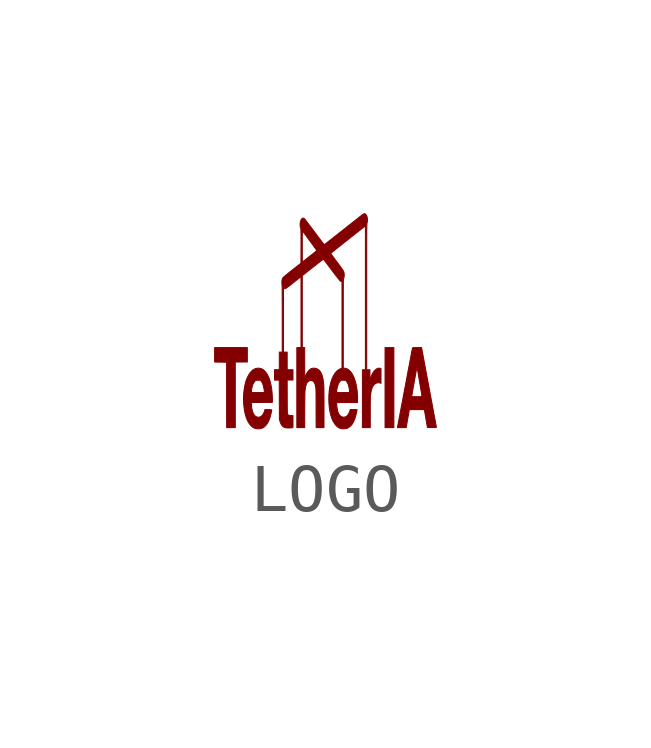
<source format=kicad_sym>
(kicad_symbol_lib
  (version 20220914)
  (generator "bitmap2component")
  (generator_version "9.0")
  (symbol "LOGO"
    (pin_names
      (offset 1.016))
    (property "Reference" "#G"
      (at 0 1.865 0)
      (effects (font (size 1.27 1.27)) hide))
    (symbol "LOGO_0_0"
      (polyline (pts (xy -1.352 -2.202) (xy -1.327 -2.199) (xy -1.304 -2.193) (xy -1.287 -2.186) (xy -1.263 -2.171) (xy -1.225 -2.138) (xy -1.192 -2.095) (xy -1.163 -2.042) (xy -1.139 -1.982) (xy -1.132 -1.961) (xy -1.125 -1.933) (xy -1.117 -1.902) (xy -1.109 -1.872) (xy -1.103 -1.845) (xy -1.099 -1.823) (xy -1.098 -1.81) (xy -1.098 -1.81) (xy -1.103 -1.808) (xy -1.114 -1.806) (xy -1.129 -1.805) (xy -1.148 -1.804) (xy -1.169 -1.804) (xy -1.241 -1.804) (xy -1.245 -1.825) (xy -1.25 -1.84) (xy -1.26 -1.865) (xy -1.273 -1.89) (xy -1.288 -1.913) (xy -1.303 -1.931) (xy -1.321 -1.945) (xy -1.348 -1.959) (xy -1.377 -1.963) (xy -1.405 -1.958) (xy -1.432 -1.946) (xy -1.456 -1.925) (xy -1.476 -1.897) (xy -1.492 -1.862) (xy -1.503 -1.828) (xy -1.511 -1.79) (xy -1.517 -1.744) (xy -1.521 -1.689) (xy -1.523 -1.657) (xy -1.305 -1.655) (xy -1.086 -1.654) (xy -1.085 -1.617) (xy -1.085 -1.61) (xy -1.085 -1.57) (xy -1.087 -1.522) (xy -1.09 -1.471) (xy -1.095 -1.422) (xy -1.099 -1.378) (xy -1.114 -1.29) (xy -1.134 -1.21) (xy -1.158 -1.14) (xy -1.187 -1.078) (xy -1.221 -1.027) (xy -1.258 -0.986) (xy -1.279 -0.97) (xy -1.314 -0.952) (xy -1.352 -0.942) (xy -1.392 -0.941) (xy -1.431 -0.948) (xy -1.468 -0.963) (xy -1.503 -0.987) (xy -1.51 -0.993) (xy -1.544 -1.031) (xy -1.577 -1.078) (xy -1.606 -1.132) (xy -1.63 -1.191) (xy -1.644 -1.236) (xy -1.662 -1.315) (xy -1.676 -1.4) (xy -1.679 -1.433) (xy -1.521 -1.433) (xy -1.52 -1.414) (xy -1.518 -1.39) (xy -1.517 -1.381) (xy -1.506 -1.325) (xy -1.49 -1.278) (xy -1.469 -1.238) (xy -1.443 -1.206) (xy -1.442 -1.206) (xy -1.435 -1.2) (xy -1.427 -1.196) (xy -1.417 -1.194) (xy -1.403 -1.192) (xy -1.384 -1.192) (xy -1.369 -1.192) (xy -1.355 -1.192) (xy -1.345 -1.194) (xy -1.337 -1.197) (xy -1.33 -1.203) (xy -1.321 -1.21) (xy -1.315 -1.217) (xy -1.299 -1.24) (xy -1.285 -1.272) (xy -1.272 -1.314) (xy -1.269 -1.33) (xy -1.262 -1.36) (xy -1.257 -1.391) (xy -1.253 -1.418) (xy -1.252 -1.437) (xy -1.252 -1.438) (xy -1.252 -1.441) (xy -1.254 -1.444) (xy -1.258 -1.445) (xy -1.264 -1.447) (xy -1.273 -1.448) (xy -1.286 -1.448) (xy -1.303 -1.449) (xy -1.325 -1.449) (xy -1.352 -1.449) (xy -1.385 -1.449) (xy -1.415 -1.449) (xy -1.445 -1.449) (xy -1.471 -1.448) (xy -1.492 -1.447) (xy -1.507 -1.446) (xy -1.517 -1.445) (xy -1.521 -1.443) (xy -1.521 -1.443) (xy -1.521 -1.433) (xy -1.679 -1.433) (xy -1.684 -1.489) (xy -1.687 -1.581) (xy -1.684 -1.672) (xy -1.675 -1.763) (xy -1.661 -1.85) (xy -1.649 -1.904) (xy -1.627 -1.978) (xy -1.599 -2.042) (xy -1.568 -2.095) (xy -1.532 -2.139) (xy -1.492 -2.173) (xy -1.448 -2.196) (xy -1.446 -2.197) (xy -1.427 -2.201) (xy -1.404 -2.204) (xy -1.379 -2.204) (xy -1.352 -2.202)) (stroke (width 0.01) (type default)) (fill (type outline)))
      (polyline (pts (xy 0.425 -2.202) (xy 0.45 -2.198) (xy 0.473 -2.193) (xy 0.49 -2.186) (xy 0.5 -2.18) (xy 0.539 -2.151) (xy 0.574 -2.111) (xy 0.605 -2.061) (xy 0.631 -2.001) (xy 0.652 -1.931) (xy 0.657 -1.912) (xy 0.663 -1.886) (xy 0.669 -1.859) (xy 0.674 -1.834) (xy 0.678 -1.816) (xy 0.679 -1.806) (xy 0.679 -1.806) (xy 0.673 -1.805) (xy 0.662 -1.805) (xy 0.647 -1.804) (xy 0.629 -1.804) (xy 0.608 -1.804) (xy 0.536 -1.804) (xy 0.529 -1.83) (xy 0.527 -1.837) (xy 0.517 -1.863) (xy 0.503 -1.891) (xy 0.486 -1.915) (xy 0.47 -1.934) (xy 0.46 -1.943) (xy 0.433 -1.957) (xy 0.405 -1.962) (xy 0.377 -1.959) (xy 0.357 -1.952) (xy 0.33 -1.934) (xy 0.307 -1.909) (xy 0.289 -1.875) (xy 0.275 -1.833) (xy 0.27 -1.81) (xy 0.264 -1.775) (xy 0.259 -1.738) (xy 0.256 -1.702) (xy 0.254 -1.674) (xy 0.254 -1.657) (xy 0.471 -1.657) (xy 0.689 -1.657) (xy 0.69 -1.622) (xy 0.69 -1.597) (xy 0.69 -1.546) (xy 0.687 -1.491) (xy 0.683 -1.436) (xy 0.678 -1.388) (xy 0.67 -1.337) (xy 0.654 -1.254) (xy 0.632 -1.179) (xy 0.606 -1.114) (xy 0.577 -1.057) (xy 0.543 -1.011) (xy 0.506 -0.977) (xy 0.5 -0.972) (xy 0.471 -0.955) (xy 0.441 -0.945) (xy 0.413 -0.941) (xy 0.392 -0.941) (xy 0.392 -0.017) (xy 0.392 0.101) (xy 0.392 0.241) (xy 0.392 0.368) (xy 0.392 0.481) (xy 0.392 0.581) (xy 0.392 0.668) (xy 0.393 0.742) (xy 0.393 0.802) (xy 0.393 0.849) (xy 0.394 0.883) (xy 0.394 0.903) (xy 0.395 0.911) (xy 0.396 0.912) (xy 0.402 0.927) (xy 0.406 0.949) (xy 0.41 0.974) (xy 0.412 0.997) (xy 0.41 1.027) (xy 0.405 1.058) (xy 0.394 1.086) (xy 0.391 1.091) (xy 0.382 1.104) (xy 0.369 1.123) (xy 0.352 1.147) (xy 0.332 1.175) (xy 0.309 1.207) (xy 0.284 1.24) (xy 0.257 1.276) (xy 0.235 1.305) (xy 0.211 1.338) (xy 0.189 1.368) (xy 0.169 1.395) (xy 0.153 1.417) (xy 0.141 1.434) (xy 0.133 1.445) (xy 0.131 1.45) (xy 0.131 1.45) (xy 0.136 1.454) (xy 0.146 1.464) (xy 0.162 1.477) (xy 0.183 1.494) (xy 0.209 1.514) (xy 0.238 1.538) (xy 0.272 1.565) (xy 0.308 1.594) (xy 0.348 1.625) (xy 0.39 1.659) (xy 0.435 1.694) (xy 0.481 1.73) (xy 0.494 1.741) (xy 0.54 1.777) (xy 0.584 1.812) (xy 0.626 1.845) (xy 0.666 1.877) (xy 0.703 1.905) (xy 0.736 1.932) (xy 0.765 1.955) (xy 0.791 1.975) (xy 0.812 1.992) (xy 0.827 2.004) (xy 0.838 2.012) (xy 0.842 2.016) (xy 0.853 2.025) (xy 0.853 0.526) (xy 0.853 -0.974) (xy 0.822 -0.974) (xy 0.79 -0.974) (xy 0.79 -1.577) (xy 0.79 -2.179) (xy 0.872 -2.179) (xy 0.954 -2.179) (xy 0.954 -1.886) (xy 0.954 -1.839) (xy 0.954 -1.764) (xy 0.954 -1.699) (xy 0.955 -1.645) (xy 0.956 -1.599) (xy 0.957 -1.561) (xy 0.959 -1.529) (xy 0.961 -1.502) (xy 0.964 -1.478) (xy 0.967 -1.456) (xy 0.97 -1.434) (xy 0.973 -1.419) (xy 0.988 -1.365) (xy 1.008 -1.321) (xy 1.031 -1.287) (xy 1.059 -1.263) (xy 1.092 -1.248) (xy 1.116 -1.245) (xy 1.143 -1.246) (xy 1.169 -1.253) (xy 1.178 -1.256) (xy 1.178 -1.102) (xy 1.178 -0.948) (xy 1.163 -0.943) (xy 1.156 -0.942) (xy 1.124 -0.941) (xy 1.091 -0.953) (xy 1.06 -0.976) (xy 1.03 -1.008) (xy 1.002 -1.05) (xy 0.979 -1.1) (xy 0.959 -1.156) (xy 0.947 -1.198) (xy 0.947 -1.086) (xy 0.947 -0.974) (xy 0.914 -0.974) (xy 0.88 -0.974) (xy 0.88 0.542) (xy 0.88 0.63) (xy 0.88 0.791) (xy 0.88 0.94) (xy 0.88 1.077) (xy 0.88 1.202) (xy 0.88 1.316) (xy 0.88 1.419) (xy 0.88 1.512) (xy 0.88 1.597) (xy 0.88 1.672) (xy 0.881 1.738) (xy 0.881 1.797) (xy 0.881 1.848) (xy 0.881 1.893) (xy 0.881 1.931) (xy 0.882 1.963) (xy 0.882 1.99) (xy 0.882 2.012) (xy 0.883 2.03) (xy 0.883 2.044) (xy 0.884 2.055) (xy 0.884 2.064) (xy 0.885 2.07) (xy 0.885 2.074) (xy 0.886 2.077) (xy 0.887 2.08) (xy 0.888 2.086) (xy 0.895 2.124) (xy 0.895 2.162) (xy 0.891 2.199) (xy 0.881 2.231) (xy 0.867 2.256) (xy 0.849 2.273) (xy 0.846 2.274) (xy 0.838 2.277) (xy 0.831 2.278) (xy 0.822 2.276) (xy 0.812 2.27) (xy 0.798 2.261) (xy 0.78 2.248) (xy 0.757 2.23) (xy 0.755 2.228) (xy 0.744 2.22) (xy 0.728 2.207) (xy 0.706 2.19) (xy 0.68 2.169) (xy 0.649 2.145) (xy 0.615 2.118) (xy 0.577 2.088) (xy 0.536 2.056) (xy 0.493 2.022) (xy 0.448 1.986) (xy 0.402 1.95) (xy 0.354 1.912) (xy 0.333 1.896) (xy 0.287 1.859) (xy 0.243 1.825) (xy 0.201 1.792) (xy 0.163 1.761) (xy 0.127 1.733) (xy 0.094 1.708) (xy 0.066 1.685) (xy 0.041 1.666) (xy 0.022 1.651) (xy 0.007 1.64) (xy -0.002 1.633) (xy -0.005 1.63) (xy -0.007 1.633) (xy -0.015 1.643) (xy -0.027 1.659) (xy -0.044 1.68) (xy -0.064 1.707) (xy -0.088 1.739) (xy -0.115 1.774) (xy -0.144 1.813) (xy -0.175 1.855) (xy -0.208 1.899) (xy -0.236 1.936) (xy -0.268 1.978) (xy -0.298 2.018) (xy -0.326 2.055) (xy -0.352 2.089) (xy -0.374 2.118) (xy -0.392 2.141) (xy -0.406 2.16) (xy -0.416 2.172) (xy -0.421 2.177) (xy -0.422 2.178) (xy -0.441 2.186) (xy -0.459 2.182) (xy -0.477 2.167) (xy -0.491 2.142) (xy -0.502 2.109) (xy -0.507 2.075) (xy -0.508 2.037) (xy -0.503 2.001) (xy -0.494 1.971) (xy -0.493 1.969) (xy -0.492 1.963) (xy -0.491 1.953) (xy -0.49 1.938) (xy -0.49 1.917) (xy -0.49 1.888) (xy -0.489 1.852) (xy -0.489 1.806) (xy -0.489 1.75) (xy -0.489 1.683) (xy -0.489 1.603) (xy -0.489 1.594) (xy -0.462 1.594) (xy -0.462 1.599) (xy -0.462 1.664) (xy -0.462 1.723) (xy -0.462 1.778) (xy -0.461 1.825) (xy -0.461 1.864) (xy -0.461 1.893) (xy -0.461 1.912) (xy -0.46 1.918) (xy -0.457 1.915) (xy -0.449 1.905) (xy -0.436 1.889) (xy -0.42 1.867) (xy -0.401 1.842) (xy -0.38 1.813) (xy -0.357 1.782) (xy -0.333 1.749) (xy -0.308 1.716) (xy -0.283 1.682) (xy -0.259 1.649) (xy -0.236 1.617) (xy -0.215 1.588) (xy -0.196 1.562) (xy -0.181 1.541) (xy -0.17 1.524) (xy -0.162 1.513) (xy -0.16 1.509) (xy -0.163 1.507) (xy -0.171 1.5) (xy -0.184 1.489) (xy -0.202 1.474) (xy -0.223 1.457) (xy -0.248 1.437) (xy -0.275 1.415) (xy -0.305 1.393) (xy -0.329 1.374) (xy -0.357 1.352) (xy -0.382 1.331) (xy -0.405 1.313) (xy -0.425 1.298) (xy -0.44 1.286) (xy -0.45 1.278) (xy -0.454 1.275) (xy -0.462 1.269) (xy -0.462 1.594) (xy -0.489 1.594) (xy -0.49 1.246) (xy -0.67 1.105) (xy -0.695 1.085) (xy -0.727 1.06) (xy -0.757 1.036) (xy -0.784 1.013) (xy -0.808 0.994) (xy -0.829 0.977) (xy -0.845 0.964) (xy -0.855 0.954) (xy -0.861 0.949) (xy -0.866 0.942) (xy -0.878 0.914) (xy -0.886 0.88) (xy -0.888 0.842) (xy -0.885 0.803) (xy -0.885 0.797) (xy -0.884 0.788) (xy -0.883 0.776) (xy -0.883 0.759) (xy -0.882 0.738) (xy -0.882 0.71) (xy -0.881 0.677) (xy -0.881 0.636) (xy -0.881 0.587) (xy -0.881 0.529) (xy -0.881 0.462) (xy -0.88 0.384) (xy -0.88 0.296) (xy -0.88 0.195) (xy -0.88 0.082) (xy -0.88 -0.606) (xy -0.91 -0.606) (xy -0.941 -0.606) (xy -0.941 -0.788) (xy -0.942 -0.971) (xy -0.992 -0.973) (xy -1.041 -0.974) (xy -1.041 -1.081) (xy -1.041 -1.188) (xy -0.992 -1.19) (xy -0.942 -1.192) (xy -0.941 -1.597) (xy -0.939 -2.002) (xy -0.93 -2.039) (xy -0.915 -2.084) (xy -0.895 -2.122) (xy -0.871 -2.152) (xy -0.842 -2.172) (xy -0.833 -2.175) (xy -0.813 -2.181) (xy -0.788 -2.185) (xy -0.76 -2.187) (xy -0.732 -2.187) (xy -0.705 -2.185) (xy -0.699 -2.185) (xy -0.682 -2.183) (xy -0.669 -2.181) (xy -0.66 -2.18) (xy -0.657 -2.179) (xy -0.657 -2.173) (xy -0.656 -2.155) (xy -0.656 -2.127) (xy -0.656 -2.093) (xy -0.656 -2.054) (xy -0.656 -1.928) (xy -0.701 -1.928) (xy -0.702 -1.928) (xy -0.722 -1.927) (xy -0.738 -1.925) (xy -0.749 -1.921) (xy -0.757 -1.913) (xy -0.763 -1.902) (xy -0.769 -1.886) (xy -0.769 -1.885) (xy -0.771 -1.88) (xy -0.772 -1.873) (xy -0.773 -1.862) (xy -0.773 -1.848) (xy -0.774 -1.827) (xy -0.774 -1.801) (xy -0.775 -1.766) (xy -0.775 -1.723) (xy -0.775 -1.669) (xy -0.776 -1.605) (xy -0.776 -1.528) (xy -0.777 -1.188) (xy -0.716 -1.188) (xy -0.656 -1.188) (xy -0.656 -1.081) (xy -0.656 -0.974) (xy -0.716 -0.974) (xy -0.777 -0.974) (xy -0.777 -0.79) (xy -0.777 -0.606) (xy -0.815 -0.606) (xy -0.854 -0.606) (xy -0.854 0.06) (xy -0.854 0.726) (xy -0.845 0.72) (xy -0.844 0.719) (xy -0.84 0.716) (xy -0.836 0.714) (xy -0.831 0.713) (xy -0.826 0.713) (xy -0.819 0.715) (xy -0.81 0.719) (xy -0.8 0.726) (xy -0.787 0.734) (xy -0.771 0.745) (xy -0.751 0.76) (xy -0.728 0.777) (xy -0.701 0.798) (xy -0.669 0.824) (xy -0.632 0.853) (xy -0.59 0.886) (xy -0.541 0.924) (xy -0.489 0.966) (xy -0.489 0.227) (xy -0.489 -0.512) (xy -0.532 -0.512) (xy -0.576 -0.512) (xy -0.576 -1.346) (xy -0.576 -2.179) (xy -0.494 -2.179) (xy -0.412 -2.179) (xy -0.411 -1.813) (xy -0.411 -1.795) (xy -0.41 -1.715) (xy -0.41 -1.647) (xy -0.409 -1.589) (xy -0.409 -1.542) (xy -0.408 -1.503) (xy -0.408 -1.472) (xy -0.407 -1.447) (xy -0.406 -1.428) (xy -0.405 -1.413) (xy -0.404 -1.4) (xy -0.397 -1.352) (xy -0.386 -1.302) (xy -0.372 -1.263) (xy -0.354 -1.234) (xy -0.332 -1.214) (xy -0.305 -1.202) (xy -0.282 -1.198) (xy -0.256 -1.203) (xy -0.234 -1.216) (xy -0.215 -1.236) (xy -0.201 -1.264) (xy -0.195 -1.281) (xy -0.189 -1.307) (xy -0.183 -1.335) (xy -0.183 -1.336) (xy -0.182 -1.345) (xy -0.18 -1.355) (xy -0.179 -1.365) (xy -0.178 -1.378) (xy -0.178 -1.395) (xy -0.177 -1.415) (xy -0.176 -1.442) (xy -0.176 -1.474) (xy -0.176 -1.515) (xy -0.175 -1.565) (xy -0.175 -1.625) (xy -0.175 -1.696) (xy -0.175 -1.779) (xy -0.174 -2.179) (xy -0.092 -2.179) (xy -0.01 -2.179) (xy -0.01 -1.759) (xy -0.01 -1.743) (xy -0.01 -1.653) (xy -0.01 -1.577) (xy -0.011 -1.511) (xy -0.011 -1.455) (xy -0.011 -1.409) (xy -0.012 -1.371) (xy -0.012 -1.34) (xy -0.013 -1.315) (xy -0.014 -1.296) (xy -0.015 -1.28) (xy -0.023 -1.209) (xy -0.035 -1.141) (xy -0.051 -1.083) (xy -0.072 -1.036) (xy -0.097 -0.998) (xy -0.127 -0.97) (xy -0.161 -0.951) (xy -0.166 -0.949) (xy -0.188 -0.944) (xy -0.212 -0.941) (xy -0.237 -0.941) (xy -0.259 -0.945) (xy -0.276 -0.951) (xy -0.286 -0.956) (xy -0.318 -0.981) (xy -0.347 -1.014) (xy -0.372 -1.055) (xy -0.392 -1.101) (xy -0.393 -1.104) (xy -0.4 -1.122) (xy -0.406 -1.134) (xy -0.409 -1.137) (xy -0.409 -1.131) (xy -0.41 -1.113) (xy -0.41 -1.084) (xy -0.411 -1.046) (xy -0.411 -0.999) (xy -0.411 -0.945) (xy -0.412 -0.886) (xy -0.412 -0.823) (xy -0.412 -0.512) (xy -0.437 -0.512) (xy -0.462 -0.512) (xy -0.462 0.237) (xy -0.462 0.987) (xy -0.367 1.061) (xy -0.33 1.091) (xy -0.28 1.131) (xy -0.235 1.166) (xy -0.195 1.197) (xy -0.16 1.224) (xy -0.13 1.248) (xy -0.105 1.268) (xy -0.084 1.284) (xy -0.066 1.298) (xy -0.052 1.308) (xy -0.04 1.316) (xy -0.032 1.322) (xy -0.026 1.325) (xy -0.023 1.327) (xy -0.021 1.327) (xy -0.017 1.324) (xy -0.009 1.313) (xy 0.004 1.296) (xy 0.021 1.274) (xy 0.042 1.247) (xy 0.066 1.216) (xy 0.092 1.181) (xy 0.121 1.143) (xy 0.151 1.103) (xy 0.178 1.067) (xy 0.207 1.029) (xy 0.234 0.993) (xy 0.259 0.961) (xy 0.281 0.933) (xy 0.3 0.909) (xy 0.314 0.891) (xy 0.324 0.879) (xy 0.329 0.874) (xy 0.331 0.873) (xy 0.342 0.869) (xy 0.353 0.869) (xy 0.365 0.873) (xy 0.365 -0.034) (xy 0.365 -0.94) (xy 0.352 -0.944) (xy 0.347 -0.946) (xy 0.301 -0.968) (xy 0.26 -1) (xy 0.222 -1.043) (xy 0.188 -1.096) (xy 0.159 -1.157) (xy 0.135 -1.227) (xy 0.116 -1.305) (xy 0.102 -1.39) (xy 0.098 -1.429) (xy 0.255 -1.429) (xy 0.256 -1.406) (xy 0.26 -1.379) (xy 0.265 -1.349) (xy 0.272 -1.321) (xy 0.286 -1.278) (xy 0.306 -1.239) (xy 0.331 -1.209) (xy 0.335 -1.206) (xy 0.343 -1.199) (xy 0.351 -1.195) (xy 0.36 -1.193) (xy 0.373 -1.192) (xy 0.392 -1.192) (xy 0.4 -1.192) (xy 0.415 -1.192) (xy 0.427 -1.194) (xy 0.436 -1.197) (xy 0.444 -1.202) (xy 0.452 -1.209) (xy 0.472 -1.234) (xy 0.491 -1.271) (xy 0.505 -1.318) (xy 0.508 -1.331) (xy 0.514 -1.359) (xy 0.518 -1.387) (xy 0.522 -1.413) (xy 0.524 -1.433) (xy 0.523 -1.444) (xy 0.523 -1.444) (xy 0.518 -1.445) (xy 0.506 -1.446) (xy 0.49 -1.447) (xy 0.47 -1.448) (xy 0.446 -1.449) (xy 0.419 -1.449) (xy 0.39 -1.449) (xy 0.381 -1.449) (xy 0.348 -1.449) (xy 0.322 -1.449) (xy 0.301 -1.449) (xy 0.285 -1.448) (xy 0.274 -1.447) (xy 0.265 -1.446) (xy 0.26 -1.444) (xy 0.257 -1.442) (xy 0.256 -1.439) (xy 0.255 -1.429) (xy 0.098 -1.429) (xy 0.093 -1.482) (xy 0.09 -1.58) (xy 0.092 -1.653) (xy 0.099 -1.745) (xy 0.111 -1.831) (xy 0.129 -1.91) (xy 0.151 -1.981) (xy 0.178 -2.043) (xy 0.21 -2.096) (xy 0.245 -2.14) (xy 0.285 -2.174) (xy 0.329 -2.196) (xy 0.33 -2.197) (xy 0.349 -2.201) (xy 0.372 -2.204) (xy 0.398 -2.204) (xy 0.425 -2.202)) (stroke (width 0.01) (type default)) (fill (type outline)))
      (polyline (pts (xy -1.858 -1.496) (xy -1.858 -0.813) (xy -1.732 -0.813) (xy -1.607 -0.813) (xy -1.607 -0.663) (xy -1.607 -0.512) (xy -1.948 -0.512) (xy -2.289 -0.512) (xy -2.289 -0.663) (xy -2.289 -0.813) (xy -2.165 -0.815) (xy -2.04 -0.817) (xy -2.039 -1.498) (xy -2.038 -2.179) (xy -1.948 -2.179) (xy -1.858 -2.179) (xy -1.858 -1.496)) (stroke (width 0.01) (type default)) (fill (type outline)))
      (polyline (pts (xy 1.446 -1.346) (xy 1.446 -0.512) (xy 1.354 -0.512) (xy 1.262 -0.512) (xy 1.262 -1.346) (xy 1.262 -2.179) (xy 1.354 -2.179) (xy 1.446 -2.179) (xy 1.446 -1.346)) (stroke (width 0.01) (type default)) (fill (type outline)))
      (polyline (pts (xy 1.728 -2.034) (xy 1.731 -2.016) (xy 1.739 -1.972) (xy 1.746 -1.93) (xy 1.753 -1.893) (xy 1.758 -1.865) (xy 1.761 -1.846) (xy 1.769 -1.804) (xy 1.925 -1.804) (xy 2.081 -1.804) (xy 2.096 -1.893) (xy 2.097 -1.895) (xy 2.104 -1.937) (xy 2.112 -1.985) (xy 2.121 -2.035) (xy 2.128 -2.079) (xy 2.144 -2.176) (xy 2.239 -2.178) (xy 2.241 -2.178) (xy 2.27 -2.178) (xy 2.292 -2.178) (xy 2.308 -2.178) (xy 2.32 -2.177) (xy 2.327 -2.175) (xy 2.331 -2.173) (xy 2.332 -2.171) (xy 2.332 -2.17) (xy 2.33 -2.159) (xy 2.326 -2.136) (xy 2.32 -2.103) (xy 2.312 -2.06) (xy 2.302 -2.007) (xy 2.29 -1.946) (xy 2.277 -1.876) (xy 2.263 -1.8) (xy 2.248 -1.717) (xy 2.231 -1.629) (xy 2.214 -1.536) (xy 2.196 -1.438) (xy 2.177 -1.337) (xy 2.023 -0.512) (xy 1.929 -0.512) (xy 1.917 -0.512) (xy 1.892 -0.512) (xy 1.872 -0.513) (xy 1.858 -0.513) (xy 1.847 -0.514) (xy 1.84 -0.516) (xy 1.836 -0.518) (xy 1.834 -0.52) (xy 1.833 -0.524) (xy 1.831 -0.531) (xy 1.828 -0.549) (xy 1.822 -0.579) (xy 1.814 -0.619) (xy 1.805 -0.669) (xy 1.794 -0.727) (xy 1.782 -0.793) (xy 1.768 -0.867) (xy 1.752 -0.947) (xy 1.736 -1.032) (xy 1.719 -1.123) (xy 1.701 -1.218) (xy 1.683 -1.315) (xy 1.666 -1.403) (xy 1.648 -1.499) (xy 1.642 -1.532) (xy 1.817 -1.532) (xy 1.818 -1.529) (xy 1.82 -1.515) (xy 1.824 -1.49) (xy 1.83 -1.457) (xy 1.837 -1.417) (xy 1.845 -1.371) (xy 1.854 -1.322) (xy 1.863 -1.269) (xy 1.873 -1.215) (xy 1.882 -1.162) (xy 1.891 -1.111) (xy 1.9 -1.063) (xy 1.907 -1.02) (xy 1.914 -0.983) (xy 1.919 -0.955) (xy 1.923 -0.935) (xy 1.925 -0.927) (xy 1.926 -0.924) (xy 1.928 -0.925) (xy 1.931 -0.937) (xy 1.933 -0.947) (xy 1.937 -0.97) (xy 1.943 -1.002) (xy 1.95 -1.042) (xy 1.957 -1.087) (xy 1.966 -1.137) (xy 1.975 -1.189) (xy 1.984 -1.242) (xy 1.993 -1.295) (xy 2.002 -1.346) (xy 2.01 -1.394) (xy 2.017 -1.437) (xy 2.023 -1.473) (xy 2.027 -1.501) (xy 2.03 -1.52) (xy 2.031 -1.528) (xy 2.031 -1.529) (xy 2.028 -1.532) (xy 2.022 -1.533) (xy 2.012 -1.534) (xy 1.998 -1.535) (xy 1.979 -1.536) (xy 1.955 -1.536) (xy 1.924 -1.536) (xy 1.909 -1.536) (xy 1.885 -1.536) (xy 1.862 -1.536) (xy 1.844 -1.535) (xy 1.83 -1.534) (xy 1.821 -1.533) (xy 1.817 -1.532) (xy 1.642 -1.532) (xy 1.631 -1.592) (xy 1.614 -1.68) (xy 1.598 -1.762) (xy 1.584 -1.839) (xy 1.571 -1.909) (xy 1.559 -1.971) (xy 1.549 -2.024) (xy 1.54 -2.068) (xy 1.534 -2.103) (xy 1.53 -2.126) (xy 1.527 -2.137) (xy 1.52 -2.179) (xy 1.611 -2.179) (xy 1.703 -2.179) (xy 1.728 -2.034)) (stroke (width 0.01) (type default)) (fill (type outline))))))
</source>
